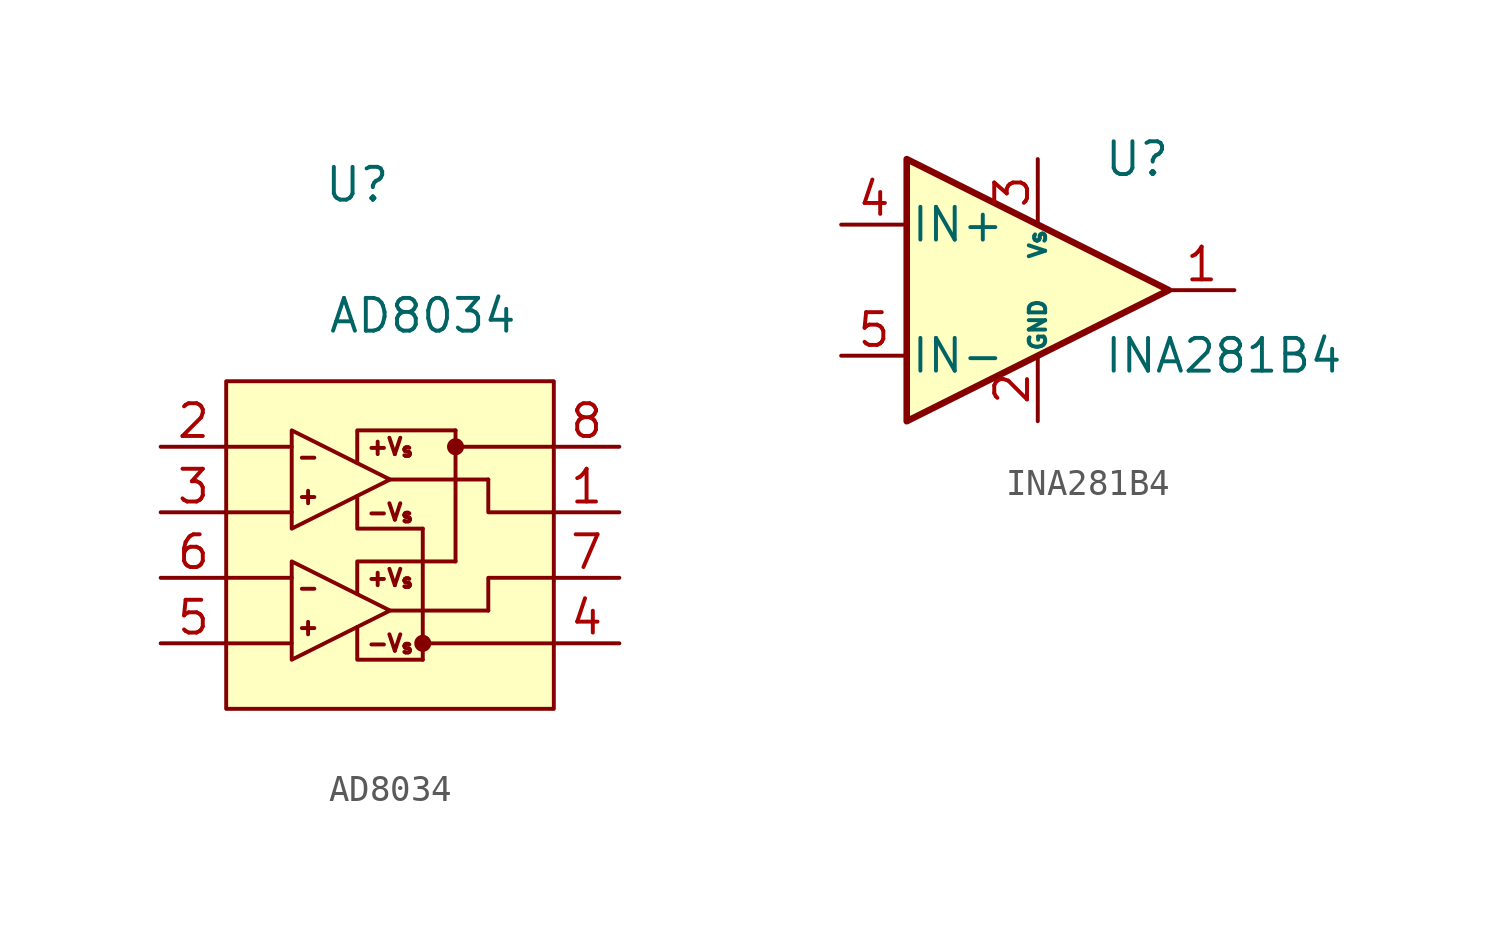
<source format=kicad_sym>
(kicad_symbol_lib
  (version 20220914)
  (generator kicad_symbol_editor)
  (symbol "AD8034"
    (pin_names hide)
    (property "Reference" "U"
      (at 0 15.24 0)
      (effects (font (size 1.27 1.27))))
    (property "Value" "AD8034"
      (at 2.54 10.16 0)
      (effects (font (size 1.27 1.27))))
    (symbol "AD8034_0_0"
      (polyline (pts (xy 2.54 -2.54) (xy 7.62 -2.54)) (stroke (width 0.152) (type default)) (fill (type none)))
      (polyline (pts (xy 7.62 5.08) (xy 3.81 5.08)) (stroke (width 0.152) (type default)) (fill (type none)))
      (polyline (pts (xy 5.08 -1.27) (xy 5.08 0) (xy 7.62 0)) (stroke (width 0.152) (type default)) (fill (type none)))
      (polyline (pts (xy 5.08 3.81) (xy 5.08 2.54) (xy 7.62 2.54)) (stroke (width 0.152) (type default)) (fill (type none)))
      (text "+" (at -1.905 -1.905 0) (effects (font (size 0.635 0.635))))
      (text "+" (at -1.905 3.175 0) (effects (font (size 0.635 0.635))))
      (text "+V_{s}" (at 1.27 0 0) (effects (font (size 0.635 0.635))))
      (text "+V_{s}" (at 1.27 5.08 0) (effects (font (size 0.635 0.635))))
      (text "-" (at -1.905 -0.381 0) (effects (font (size 0.635 0.635))))
      (text "-" (at -1.905 4.699 0) (effects (font (size 0.635 0.635))))
      (text "-V_{s}" (at 1.27 -2.54 0) (effects (font (size 0.635 0.635))))
      (text "-V_{s}" (at 1.27 2.54 0) (effects (font (size 0.635 0.635))))
      (pin output line (at 10.16 2.54 180) (length 2.54) (name "V_{OUT1}" (effects (font (size 1.27 1.27)))) (number "1" (effects (font (size 1.27 1.27)))))
      (pin input line (at -7.62 5.08 0) (length 2.54) (name "IN1_{n}" (effects (font (size 1.27 1.27)))) (number "2" (effects (font (size 1.27 1.27)))))
      (pin input line (at -7.62 2.54 0) (length 2.54) (name "IN1_{p}" (effects (font (size 1.27 1.27)))) (number "3" (effects (font (size 1.27 1.27)))))
      (pin power_out line (at 10.16 -2.54 180) (length 2.54) (name "V_{S-}" (effects (font (size 1.27 1.27)))) (number "4" (effects (font (size 1.27 1.27)))))
      (pin input line (at -7.62 -2.54 0) (length 2.54) (name "IN2_{p}" (effects (font (size 1.27 1.27)))) (number "5" (effects (font (size 1.27 1.27)))))
      (pin input line (at -7.62 0 0) (length 2.54) (name "IN2_{n}" (effects (font (size 1.27 1.27)))) (number "6" (effects (font (size 1.27 1.27)))))
      (pin output line (at 10.16 0 180) (length 2.54) (name "V_{OUT2}" (effects (font (size 1.27 1.27)))) (number "7" (effects (font (size 1.27 1.27)))))
      (pin power_in line (at 10.16 5.08 180) (length 2.54) (name "V_{S+}" (effects (font (size 1.27 1.27)))) (number "8" (effects (font (size 1.27 1.27))))))
    (symbol "AD8034_0_1"
      (rectangle (start -5.08 7.62) (end 7.62 -5.08) (stroke (width 0.152) (type default)) (fill (type background)))
      (polyline (pts (xy -2.54 -2.54) (xy -5.08 -2.54)) (stroke (width 0.152) (type default)) (fill (type none)))
      (polyline (pts (xy -2.54 0) (xy -5.08 0)) (stroke (width 0.152) (type default)) (fill (type none)))
      (polyline (pts (xy -2.54 2.54) (xy -5.08 2.54)) (stroke (width 0.152) (type default)) (fill (type none)))
      (polyline (pts (xy -2.54 5.08) (xy -5.08 5.08)) (stroke (width 0.152) (type default)) (fill (type none)))
      (polyline (pts (xy 1.27 -1.27) (xy 5.08 -1.27)) (stroke (width 0.152) (type default)) (fill (type none)))
      (polyline (pts (xy 1.27 3.81) (xy 5.08 3.81)) (stroke (width 0.152) (type default)) (fill (type none)))
      (polyline (pts (xy 2.54 1.905) (xy 2.54 -3.175)) (stroke (width 0.152) (type default)) (fill (type none)))
      (polyline (pts (xy 3.81 5.715) (xy 3.81 0.635)) (stroke (width 0.152) (type default)) (fill (type none)))
      (polyline (pts (xy 0 -1.905) (xy 0 -3.175) (xy 2.54 -3.175)) (stroke (width 0.152) (type default)) (fill (type none)))
      (polyline (pts (xy 0 -0.635) (xy 0 0.635) (xy 3.81 0.635)) (stroke (width 0.152) (type default)) (fill (type none)))
      (polyline (pts (xy 0 3.175) (xy 0 1.905) (xy 2.54 1.905)) (stroke (width 0.152) (type default)) (fill (type none)))
      (polyline (pts (xy 0 4.445) (xy 0 5.715) (xy 3.81 5.715)) (stroke (width 0.152) (type default)) (fill (type none)))
      (polyline (pts (xy -2.54 0.635) (xy -2.54 -3.175) (xy 1.27 -1.27) (xy -2.54 0.635)) (stroke (width 0.152) (type default)) (fill (type background)))
      (polyline (pts (xy -2.54 5.715) (xy -2.54 1.905) (xy 1.27 3.81) (xy -2.54 5.715)) (stroke (width 0.152) (type default)) (fill (type background)))
      (circle (center 2.54 -2.54) (radius 0.254) (stroke (width 0.152) (type default)) (fill (type outline)))
      (circle (center 3.81 5.08) (radius 0.254) (stroke (width 0.152) (type default)) (fill (type outline)))))
  (symbol "INA281B4"
    (pin_names
      (offset 0.127))
    (property "Reference" "U"
      (at 2.54 5.08 0)
      (effects (font (size 1.27 1.27)) (justify left)))
    (property "Value" "INA281B4"
      (at 2.54 -2.54 0)
      (effects (font (size 1.27 1.27)) (justify left)))
    (symbol "INA281B4_0_1"
      (polyline (pts (xy 5.08 0) (xy -5.08 5.08) (xy -5.08 -5.08) (xy 5.08 0)) (stroke (width 0.254) (type default)) (fill (type background))))
    (symbol "INA281B4_1_1"
      (pin passive line (at 7.62 0 180) (length 2.54) (name "" (effects (font (size 1.27 1.27)))) (number "1" (effects (font (size 1.27 1.27)))))
      (pin passive line (at 0 -5.08 90) (length 2.54) (name "GND" (effects (font (size 0.635 0.635)))) (number "2" (effects (font (size 1.27 1.27)))))
      (pin passive line (at 0 5.08 270) (length 2.54) (name "Vs" (effects (font (size 0.635 0.635)))) (number "3" (effects (font (size 1.27 1.27)))))
      (pin passive line (at -7.62 2.54 0) (length 2.54) (name "IN+" (effects (font (size 1.27 1.27)))) (number "4" (effects (font (size 1.27 1.27)))))
      (pin passive line (at -7.62 -2.54 0) (length 2.54) (name "IN-" (effects (font (size 1.27 1.27)))) (number "5" (effects (font (size 1.27 1.27))))))))
</source>
